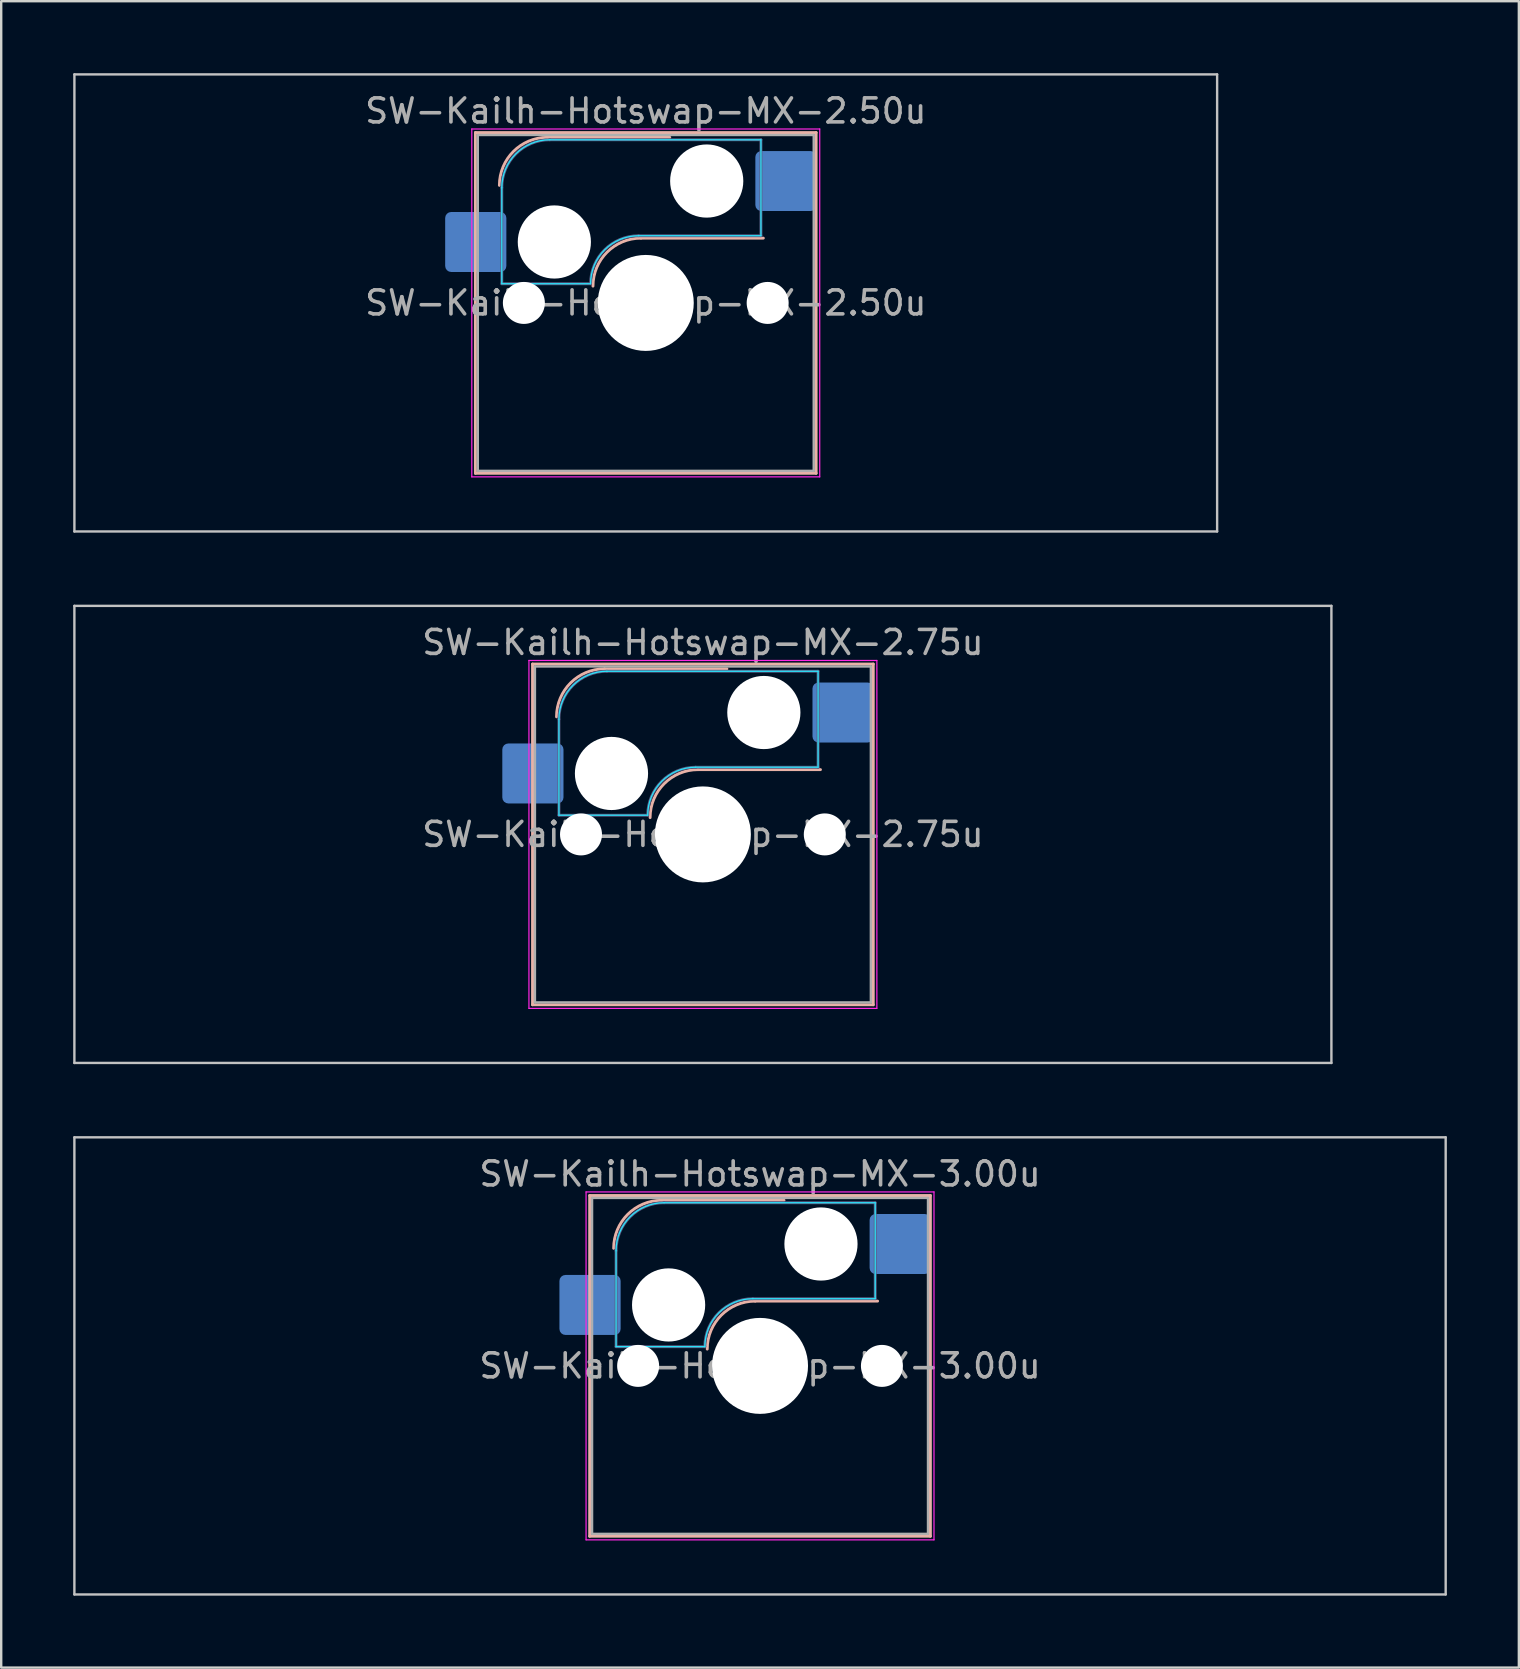
<source format=kicad_pcb>
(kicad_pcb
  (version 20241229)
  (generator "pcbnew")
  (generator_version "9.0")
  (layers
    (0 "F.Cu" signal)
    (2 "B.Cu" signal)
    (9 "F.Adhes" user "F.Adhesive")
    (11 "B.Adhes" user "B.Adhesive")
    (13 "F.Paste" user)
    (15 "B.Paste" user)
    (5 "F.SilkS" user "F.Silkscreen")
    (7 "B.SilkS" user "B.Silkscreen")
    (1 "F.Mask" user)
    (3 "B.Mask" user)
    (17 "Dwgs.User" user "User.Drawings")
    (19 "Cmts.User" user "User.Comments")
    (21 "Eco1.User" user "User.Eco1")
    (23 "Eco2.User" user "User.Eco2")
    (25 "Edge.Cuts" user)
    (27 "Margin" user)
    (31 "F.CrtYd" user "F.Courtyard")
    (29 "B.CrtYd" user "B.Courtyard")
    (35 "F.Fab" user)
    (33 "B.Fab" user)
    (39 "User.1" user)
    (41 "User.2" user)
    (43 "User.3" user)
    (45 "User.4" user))
  (footprint "SW-Kailh-Hotswap-MX-3.00u"
    (layer "F.Cu")
    (at 28.625 53.875)
    (property "Reference" "SW-Kailh-Hotswap-MX-3.00u" (at 0 -8 0) (layer "F.Fab") (effects (font (size 1 1) (thickness 0.15))))
    (attr smd)
    (fp_line (start -7.1 -7.1) (end -7.1 7.1) (stroke (width 0.12) (type solid)) (layer "B.SilkS"))
    (fp_line (start -7.1 7.1) (end 7.1 7.1) (stroke (width 0.12) (type solid)) (layer "B.SilkS"))
    (fp_line (start -4.1 -6.9) (end 1 -6.9) (stroke (width 0.12) (type solid)) (layer "B.SilkS"))
    (fp_line (start -0.2 -2.7) (end 4.9 -2.7) (stroke (width 0.12) (type solid)) (layer "B.SilkS"))
    (fp_line (start 7.1 -7.1) (end -7.1 -7.1) (stroke (width 0.12) (type solid)) (layer "B.SilkS"))
    (fp_line (start 7.1 7.1) (end 7.1 -7.1) (stroke (width 0.12) (type solid)) (layer "B.SilkS"))
    (fp_arc (start -6.1 -4.9) (mid -5.514214 -6.314214) (end -4.1 -6.9) (stroke (width 0.12) (type solid)) (layer "B.SilkS"))
    (fp_arc (start -2.2 -0.7) (mid -1.614214 -2.114214) (end -0.2 -2.7) (stroke (width 0.12) (type solid)) (layer "B.SilkS"))
    (fp_line (start -28.575 -9.525) (end -28.575 9.525) (stroke (width 0.1) (type solid)) (layer "Dwgs.User"))
    (fp_line (start -28.575 9.525) (end 28.575 9.525) (stroke (width 0.1) (type solid)) (layer "Dwgs.User"))
    (fp_line (start 28.575 -9.525) (end -28.575 -9.525) (stroke (width 0.1) (type solid)) (layer "Dwgs.User"))
    (fp_line (start 28.575 9.525) (end 28.575 -9.525) (stroke (width 0.1) (type solid)) (layer "Dwgs.User"))
    (fp_line (start -7.8 -6) (end -7 -6) (stroke (width 0.1) (type solid)) (layer "Eco1.User"))
    (fp_line (start -7.8 -2.9) (end -7.8 -6) (stroke (width 0.1) (type solid)) (layer "Eco1.User"))
    (fp_line (start -7.8 2.9) (end -7 2.9) (stroke (width 0.1) (type solid)) (layer "Eco1.User"))
    (fp_line (start -7.8 6) (end -7.8 2.9) (stroke (width 0.1) (type solid)) (layer "Eco1.User"))
    (fp_line (start -7 -7) (end 7 -7) (stroke (width 0.1) (type solid)) (layer "Eco1.User"))
    (fp_line (start -7 -6) (end -7 -7) (stroke (width 0.1) (type solid)) (layer "Eco1.User"))
    (fp_line (start -7 -2.9) (end -7.8 -2.9) (stroke (width 0.1) (type solid)) (layer "Eco1.User"))
    (fp_line (start -7 2.9) (end -7 -2.9) (stroke (width 0.1) (type solid)) (layer "Eco1.User"))
    (fp_line (start -7 6) (end -7.8 6) (stroke (width 0.1) (type solid)) (layer "Eco1.User"))
    (fp_line (start -7 7) (end -7 6) (stroke (width 0.1) (type solid)) (layer "Eco1.User"))
    (fp_line (start 7 -7) (end 7 -6) (stroke (width 0.1) (type solid)) (layer "Eco1.User"))
    (fp_line (start 7 -6) (end 7.8 -6) (stroke (width 0.1) (type solid)) (layer "Eco1.User"))
    (fp_line (start 7 -2.9) (end 7 2.9) (stroke (width 0.1) (type solid)) (layer "Eco1.User"))
    (fp_line (start 7 2.9) (end 7.8 2.9) (stroke (width 0.1) (type solid)) (layer "Eco1.User"))
    (fp_line (start 7 6) (end 7 7) (stroke (width 0.1) (type solid)) (layer "Eco1.User"))
    (fp_line (start 7 7) (end -7 7) (stroke (width 0.1) (type solid)) (layer "Eco1.User"))
    (fp_line (start 7.8 -6) (end 7.8 -2.9) (stroke (width 0.1) (type solid)) (layer "Eco1.User"))
    (fp_line (start 7.8 -2.9) (end 7 -2.9) (stroke (width 0.1) (type solid)) (layer "Eco1.User"))
    (fp_line (start 7.8 2.9) (end 7.8 6) (stroke (width 0.1) (type solid)) (layer "Eco1.User"))
    (fp_line (start 7.8 6) (end 7 6) (stroke (width 0.1) (type solid)) (layer "Eco1.User"))
    (fp_line (start -6 -0.8) (end -6 -4.8) (stroke (width 0.05) (type solid)) (layer "B.CrtYd"))
    (fp_line (start -6 -0.8) (end -2.3 -0.8) (stroke (width 0.05) (type solid)) (layer "B.CrtYd"))
    (fp_line (start -4 -6.8) (end 4.8 -6.8) (stroke (width 0.05) (type solid)) (layer "B.CrtYd"))
    (fp_line (start -0.3 -2.8) (end 4.8 -2.8) (stroke (width 0.05) (type solid)) (layer "B.CrtYd"))
    (fp_line (start 4.8 -6.8) (end 4.8 -2.8) (stroke (width 0.05) (type solid)) (layer "B.CrtYd"))
    (fp_arc (start -6 -4.8) (mid -5.414214 -6.214214) (end -4 -6.8) (stroke (width 0.05) (type solid)) (layer "B.CrtYd"))
    (fp_arc (start -2.3 -0.8) (mid -1.714214 -2.214214) (end -0.3 -2.8) (stroke (width 0.05) (type solid)) (layer "B.CrtYd"))
    (fp_line (start -7.25 -7.25) (end -7.25 7.25) (stroke (width 0.05) (type solid)) (layer "F.CrtYd"))
    (fp_line (start -7.25 7.25) (end 7.25 7.25) (stroke (width 0.05) (type solid)) (layer "F.CrtYd"))
    (fp_line (start 7.25 -7.25) (end -7.25 -7.25) (stroke (width 0.05) (type solid)) (layer "F.CrtYd"))
    (fp_line (start 7.25 7.25) (end 7.25 -7.25) (stroke (width 0.05) (type solid)) (layer "F.CrtYd"))
    (fp_line (start -6 -0.8) (end -6 -4.8) (stroke (width 0.12) (type solid)) (layer "B.Fab"))
    (fp_line (start -6 -0.8) (end -2.3 -0.8) (stroke (width 0.12) (type solid)) (layer "B.Fab"))
    (fp_line (start -4 -6.8) (end 4.8 -6.8) (stroke (width 0.12) (type solid)) (layer "B.Fab"))
    (fp_line (start -0.3 -2.8) (end 4.8 -2.8) (stroke (width 0.12) (type solid)) (layer "B.Fab"))
    (fp_line (start 4.8 -6.8) (end 4.8 -2.8) (stroke (width 0.12) (type solid)) (layer "B.Fab"))
    (fp_arc (start -6 -4.8) (mid -5.414214 -6.214214) (end -4 -6.8) (stroke (width 0.12) (type solid)) (layer "B.Fab"))
    (fp_arc (start -2.3 -0.8) (mid -1.714214 -2.214214) (end -0.3 -2.8) (stroke (width 0.12) (type solid)) (layer "B.Fab"))
    (fp_line (start -7 -7) (end -7 7) (stroke (width 0.1) (type solid)) (layer "F.Fab"))
    (fp_line (start -7 7) (end 7 7) (stroke (width 0.1) (type solid)) (layer "F.Fab"))
    (fp_line (start 7 -7) (end -7 -7) (stroke (width 0.1) (type solid)) (layer "F.Fab"))
    (fp_line (start 7 7) (end 7 -7) (stroke (width 0.1) (type solid)) (layer "F.Fab"))
    (fp_text user "${REFERENCE}" (at 0 0 0) (layer "F.Fab") (effects (font (size 1 1) (thickness 0.15))))
    (pad "" np_thru_hole circle (at -5.08 0) (size 1.75 1.75) (drill 1.75) (layers "*.Cu" "*.Mask"))
    (pad "" np_thru_hole circle (at -3.81 -2.54) (size 3.05 3.05) (drill 3.05) (layers "*.Cu" "*.Mask"))
    (pad "" np_thru_hole circle (at 0 0) (size 4 4) (drill 4) (layers "*.Cu" "*.Mask"))
    (pad "" np_thru_hole circle (at 2.54 -5.08) (size 3.05 3.05) (drill 3.05) (layers "*.Cu" "*.Mask"))
    (pad "" np_thru_hole circle (at 5.08 0) (size 1.75 1.75) (drill 1.75) (layers "*.Cu" "*.Mask"))
    (pad "1" smd roundrect (at -7.085 -2.54) (size 2.55 2.5) (layers "B.Cu" "B.Mask" "B.Paste") (roundrect_rratio 0.1))
    (pad "2" smd roundrect (at 5.842 -5.08) (size 2.55 2.5) (layers "B.Cu" "B.Mask" "B.Paste") (roundrect_rratio 0.1)))
  (footprint "SW-Kailh-Hotswap-MX-2.50u"
    (layer "F.Cu")
    (at 23.863 9.575)
    (property "Reference" "SW-Kailh-Hotswap-MX-2.50u" (at 0 -8 0) (layer "F.Fab") (effects (font (size 1 1) (thickness 0.15))))
    (attr smd)
    (fp_line (start -7.1 -7.1) (end -7.1 7.1) (stroke (width 0.12) (type solid)) (layer "B.SilkS"))
    (fp_line (start -7.1 7.1) (end 7.1 7.1) (stroke (width 0.12) (type solid)) (layer "B.SilkS"))
    (fp_line (start -4.1 -6.9) (end 1 -6.9) (stroke (width 0.12) (type solid)) (layer "B.SilkS"))
    (fp_line (start -0.2 -2.7) (end 4.9 -2.7) (stroke (width 0.12) (type solid)) (layer "B.SilkS"))
    (fp_line (start 7.1 -7.1) (end -7.1 -7.1) (stroke (width 0.12) (type solid)) (layer "B.SilkS"))
    (fp_line (start 7.1 7.1) (end 7.1 -7.1) (stroke (width 0.12) (type solid)) (layer "B.SilkS"))
    (fp_arc (start -6.1 -4.9) (mid -5.514214 -6.314214) (end -4.1 -6.9) (stroke (width 0.12) (type solid)) (layer "B.SilkS"))
    (fp_arc (start -2.2 -0.7) (mid -1.614214 -2.114214) (end -0.2 -2.7) (stroke (width 0.12) (type solid)) (layer "B.SilkS"))
    (fp_line (start -23.812 -9.525) (end -23.812 9.525) (stroke (width 0.1) (type solid)) (layer "Dwgs.User"))
    (fp_line (start -23.812 9.525) (end 23.812 9.525) (stroke (width 0.1) (type solid)) (layer "Dwgs.User"))
    (fp_line (start 23.812 -9.525) (end -23.812 -9.525) (stroke (width 0.1) (type solid)) (layer "Dwgs.User"))
    (fp_line (start 23.812 9.525) (end 23.812 -9.525) (stroke (width 0.1) (type solid)) (layer "Dwgs.User"))
    (fp_line (start -7.8 -6) (end -7 -6) (stroke (width 0.1) (type solid)) (layer "Eco1.User"))
    (fp_line (start -7.8 -2.9) (end -7.8 -6) (stroke (width 0.1) (type solid)) (layer "Eco1.User"))
    (fp_line (start -7.8 2.9) (end -7 2.9) (stroke (width 0.1) (type solid)) (layer "Eco1.User"))
    (fp_line (start -7.8 6) (end -7.8 2.9) (stroke (width 0.1) (type solid)) (layer "Eco1.User"))
    (fp_line (start -7 -7) (end 7 -7) (stroke (width 0.1) (type solid)) (layer "Eco1.User"))
    (fp_line (start -7 -6) (end -7 -7) (stroke (width 0.1) (type solid)) (layer "Eco1.User"))
    (fp_line (start -7 -2.9) (end -7.8 -2.9) (stroke (width 0.1) (type solid)) (layer "Eco1.User"))
    (fp_line (start -7 2.9) (end -7 -2.9) (stroke (width 0.1) (type solid)) (layer "Eco1.User"))
    (fp_line (start -7 6) (end -7.8 6) (stroke (width 0.1) (type solid)) (layer "Eco1.User"))
    (fp_line (start -7 7) (end -7 6) (stroke (width 0.1) (type solid)) (layer "Eco1.User"))
    (fp_line (start 7 -7) (end 7 -6) (stroke (width 0.1) (type solid)) (layer "Eco1.User"))
    (fp_line (start 7 -6) (end 7.8 -6) (stroke (width 0.1) (type solid)) (layer "Eco1.User"))
    (fp_line (start 7 -2.9) (end 7 2.9) (stroke (width 0.1) (type solid)) (layer "Eco1.User"))
    (fp_line (start 7 2.9) (end 7.8 2.9) (stroke (width 0.1) (type solid)) (layer "Eco1.User"))
    (fp_line (start 7 6) (end 7 7) (stroke (width 0.1) (type solid)) (layer "Eco1.User"))
    (fp_line (start 7 7) (end -7 7) (stroke (width 0.1) (type solid)) (layer "Eco1.User"))
    (fp_line (start 7.8 -6) (end 7.8 -2.9) (stroke (width 0.1) (type solid)) (layer "Eco1.User"))
    (fp_line (start 7.8 -2.9) (end 7 -2.9) (stroke (width 0.1) (type solid)) (layer "Eco1.User"))
    (fp_line (start 7.8 2.9) (end 7.8 6) (stroke (width 0.1) (type solid)) (layer "Eco1.User"))
    (fp_line (start 7.8 6) (end 7 6) (stroke (width 0.1) (type solid)) (layer "Eco1.User"))
    (fp_line (start -6 -0.8) (end -6 -4.8) (stroke (width 0.05) (type solid)) (layer "B.CrtYd"))
    (fp_line (start -6 -0.8) (end -2.3 -0.8) (stroke (width 0.05) (type solid)) (layer "B.CrtYd"))
    (fp_line (start -4 -6.8) (end 4.8 -6.8) (stroke (width 0.05) (type solid)) (layer "B.CrtYd"))
    (fp_line (start -0.3 -2.8) (end 4.8 -2.8) (stroke (width 0.05) (type solid)) (layer "B.CrtYd"))
    (fp_line (start 4.8 -6.8) (end 4.8 -2.8) (stroke (width 0.05) (type solid)) (layer "B.CrtYd"))
    (fp_arc (start -6 -4.8) (mid -5.414214 -6.214214) (end -4 -6.8) (stroke (width 0.05) (type solid)) (layer "B.CrtYd"))
    (fp_arc (start -2.3 -0.8) (mid -1.714214 -2.214214) (end -0.3 -2.8) (stroke (width 0.05) (type solid)) (layer "B.CrtYd"))
    (fp_line (start -7.25 -7.25) (end -7.25 7.25) (stroke (width 0.05) (type solid)) (layer "F.CrtYd"))
    (fp_line (start -7.25 7.25) (end 7.25 7.25) (stroke (width 0.05) (type solid)) (layer "F.CrtYd"))
    (fp_line (start 7.25 -7.25) (end -7.25 -7.25) (stroke (width 0.05) (type solid)) (layer "F.CrtYd"))
    (fp_line (start 7.25 7.25) (end 7.25 -7.25) (stroke (width 0.05) (type solid)) (layer "F.CrtYd"))
    (fp_line (start -6 -0.8) (end -6 -4.8) (stroke (width 0.12) (type solid)) (layer "B.Fab"))
    (fp_line (start -6 -0.8) (end -2.3 -0.8) (stroke (width 0.12) (type solid)) (layer "B.Fab"))
    (fp_line (start -4 -6.8) (end 4.8 -6.8) (stroke (width 0.12) (type solid)) (layer "B.Fab"))
    (fp_line (start -0.3 -2.8) (end 4.8 -2.8) (stroke (width 0.12) (type solid)) (layer "B.Fab"))
    (fp_line (start 4.8 -6.8) (end 4.8 -2.8) (stroke (width 0.12) (type solid)) (layer "B.Fab"))
    (fp_arc (start -6 -4.8) (mid -5.414214 -6.214214) (end -4 -6.8) (stroke (width 0.12) (type solid)) (layer "B.Fab"))
    (fp_arc (start -2.3 -0.8) (mid -1.714214 -2.214214) (end -0.3 -2.8) (stroke (width 0.12) (type solid)) (layer "B.Fab"))
    (fp_line (start -7 -7) (end -7 7) (stroke (width 0.1) (type solid)) (layer "F.Fab"))
    (fp_line (start -7 7) (end 7 7) (stroke (width 0.1) (type solid)) (layer "F.Fab"))
    (fp_line (start 7 -7) (end -7 -7) (stroke (width 0.1) (type solid)) (layer "F.Fab"))
    (fp_line (start 7 7) (end 7 -7) (stroke (width 0.1) (type solid)) (layer "F.Fab"))
    (fp_text user "${REFERENCE}" (at 0 0 0) (layer "F.Fab") (effects (font (size 1 1) (thickness 0.15))))
    (pad "" np_thru_hole circle (at -5.08 0) (size 1.75 1.75) (drill 1.75) (layers "*.Cu" "*.Mask"))
    (pad "" np_thru_hole circle (at -3.81 -2.54) (size 3.05 3.05) (drill 3.05) (layers "*.Cu" "*.Mask"))
    (pad "" np_thru_hole circle (at 0 0) (size 4 4) (drill 4) (layers "*.Cu" "*.Mask"))
    (pad "" np_thru_hole circle (at 2.54 -5.08) (size 3.05 3.05) (drill 3.05) (layers "*.Cu" "*.Mask"))
    (pad "" np_thru_hole circle (at 5.08 0) (size 1.75 1.75) (drill 1.75) (layers "*.Cu" "*.Mask"))
    (pad "1" smd roundrect (at -7.085 -2.54) (size 2.55 2.5) (layers "B.Cu" "B.Mask" "B.Paste") (roundrect_rratio 0.1))
    (pad "2" smd roundrect (at 5.842 -5.08) (size 2.55 2.5) (layers "B.Cu" "B.Mask" "B.Paste") (roundrect_rratio 0.1)))
  (footprint "SW-Kailh-Hotswap-MX-2.75u"
    (layer "F.Cu")
    (at 26.244 31.725)
    (property "Reference" "SW-Kailh-Hotswap-MX-2.75u" (at 0 -8 0) (layer "F.Fab") (effects (font (size 1 1) (thickness 0.15))))
    (attr smd)
    (fp_line (start -7.1 -7.1) (end -7.1 7.1) (stroke (width 0.12) (type solid)) (layer "B.SilkS"))
    (fp_line (start -7.1 7.1) (end 7.1 7.1) (stroke (width 0.12) (type solid)) (layer "B.SilkS"))
    (fp_line (start -4.1 -6.9) (end 1 -6.9) (stroke (width 0.12) (type solid)) (layer "B.SilkS"))
    (fp_line (start -0.2 -2.7) (end 4.9 -2.7) (stroke (width 0.12) (type solid)) (layer "B.SilkS"))
    (fp_line (start 7.1 -7.1) (end -7.1 -7.1) (stroke (width 0.12) (type solid)) (layer "B.SilkS"))
    (fp_line (start 7.1 7.1) (end 7.1 -7.1) (stroke (width 0.12) (type solid)) (layer "B.SilkS"))
    (fp_arc (start -6.1 -4.9) (mid -5.514214 -6.314214) (end -4.1 -6.9) (stroke (width 0.12) (type solid)) (layer "B.SilkS"))
    (fp_arc (start -2.2 -0.7) (mid -1.614214 -2.114214) (end -0.2 -2.7) (stroke (width 0.12) (type solid)) (layer "B.SilkS"))
    (fp_line (start -26.194 -9.525) (end -26.194 9.525) (stroke (width 0.1) (type solid)) (layer "Dwgs.User"))
    (fp_line (start -26.194 9.525) (end 26.194 9.525) (stroke (width 0.1) (type solid)) (layer "Dwgs.User"))
    (fp_line (start 26.194 -9.525) (end -26.194 -9.525) (stroke (width 0.1) (type solid)) (layer "Dwgs.User"))
    (fp_line (start 26.194 9.525) (end 26.194 -9.525) (stroke (width 0.1) (type solid)) (layer "Dwgs.User"))
    (fp_line (start -7.8 -6) (end -7 -6) (stroke (width 0.1) (type solid)) (layer "Eco1.User"))
    (fp_line (start -7.8 -2.9) (end -7.8 -6) (stroke (width 0.1) (type solid)) (layer "Eco1.User"))
    (fp_line (start -7.8 2.9) (end -7 2.9) (stroke (width 0.1) (type solid)) (layer "Eco1.User"))
    (fp_line (start -7.8 6) (end -7.8 2.9) (stroke (width 0.1) (type solid)) (layer "Eco1.User"))
    (fp_line (start -7 -7) (end 7 -7) (stroke (width 0.1) (type solid)) (layer "Eco1.User"))
    (fp_line (start -7 -6) (end -7 -7) (stroke (width 0.1) (type solid)) (layer "Eco1.User"))
    (fp_line (start -7 -2.9) (end -7.8 -2.9) (stroke (width 0.1) (type solid)) (layer "Eco1.User"))
    (fp_line (start -7 2.9) (end -7 -2.9) (stroke (width 0.1) (type solid)) (layer "Eco1.User"))
    (fp_line (start -7 6) (end -7.8 6) (stroke (width 0.1) (type solid)) (layer "Eco1.User"))
    (fp_line (start -7 7) (end -7 6) (stroke (width 0.1) (type solid)) (layer "Eco1.User"))
    (fp_line (start 7 -7) (end 7 -6) (stroke (width 0.1) (type solid)) (layer "Eco1.User"))
    (fp_line (start 7 -6) (end 7.8 -6) (stroke (width 0.1) (type solid)) (layer "Eco1.User"))
    (fp_line (start 7 -2.9) (end 7 2.9) (stroke (width 0.1) (type solid)) (layer "Eco1.User"))
    (fp_line (start 7 2.9) (end 7.8 2.9) (stroke (width 0.1) (type solid)) (layer "Eco1.User"))
    (fp_line (start 7 6) (end 7 7) (stroke (width 0.1) (type solid)) (layer "Eco1.User"))
    (fp_line (start 7 7) (end -7 7) (stroke (width 0.1) (type solid)) (layer "Eco1.User"))
    (fp_line (start 7.8 -6) (end 7.8 -2.9) (stroke (width 0.1) (type solid)) (layer "Eco1.User"))
    (fp_line (start 7.8 -2.9) (end 7 -2.9) (stroke (width 0.1) (type solid)) (layer "Eco1.User"))
    (fp_line (start 7.8 2.9) (end 7.8 6) (stroke (width 0.1) (type solid)) (layer "Eco1.User"))
    (fp_line (start 7.8 6) (end 7 6) (stroke (width 0.1) (type solid)) (layer "Eco1.User"))
    (fp_line (start -6 -0.8) (end -6 -4.8) (stroke (width 0.05) (type solid)) (layer "B.CrtYd"))
    (fp_line (start -6 -0.8) (end -2.3 -0.8) (stroke (width 0.05) (type solid)) (layer "B.CrtYd"))
    (fp_line (start -4 -6.8) (end 4.8 -6.8) (stroke (width 0.05) (type solid)) (layer "B.CrtYd"))
    (fp_line (start -0.3 -2.8) (end 4.8 -2.8) (stroke (width 0.05) (type solid)) (layer "B.CrtYd"))
    (fp_line (start 4.8 -6.8) (end 4.8 -2.8) (stroke (width 0.05) (type solid)) (layer "B.CrtYd"))
    (fp_arc (start -6 -4.8) (mid -5.414214 -6.214214) (end -4 -6.8) (stroke (width 0.05) (type solid)) (layer "B.CrtYd"))
    (fp_arc (start -2.3 -0.8) (mid -1.714214 -2.214214) (end -0.3 -2.8) (stroke (width 0.05) (type solid)) (layer "B.CrtYd"))
    (fp_line (start -7.25 -7.25) (end -7.25 7.25) (stroke (width 0.05) (type solid)) (layer "F.CrtYd"))
    (fp_line (start -7.25 7.25) (end 7.25 7.25) (stroke (width 0.05) (type solid)) (layer "F.CrtYd"))
    (fp_line (start 7.25 -7.25) (end -7.25 -7.25) (stroke (width 0.05) (type solid)) (layer "F.CrtYd"))
    (fp_line (start 7.25 7.25) (end 7.25 -7.25) (stroke (width 0.05) (type solid)) (layer "F.CrtYd"))
    (fp_line (start -6 -0.8) (end -6 -4.8) (stroke (width 0.12) (type solid)) (layer "B.Fab"))
    (fp_line (start -6 -0.8) (end -2.3 -0.8) (stroke (width 0.12) (type solid)) (layer "B.Fab"))
    (fp_line (start -4 -6.8) (end 4.8 -6.8) (stroke (width 0.12) (type solid)) (layer "B.Fab"))
    (fp_line (start -0.3 -2.8) (end 4.8 -2.8) (stroke (width 0.12) (type solid)) (layer "B.Fab"))
    (fp_line (start 4.8 -6.8) (end 4.8 -2.8) (stroke (width 0.12) (type solid)) (layer "B.Fab"))
    (fp_arc (start -6 -4.8) (mid -5.414214 -6.214214) (end -4 -6.8) (stroke (width 0.12) (type solid)) (layer "B.Fab"))
    (fp_arc (start -2.3 -0.8) (mid -1.714214 -2.214214) (end -0.3 -2.8) (stroke (width 0.12) (type solid)) (layer "B.Fab"))
    (fp_line (start -7 -7) (end -7 7) (stroke (width 0.1) (type solid)) (layer "F.Fab"))
    (fp_line (start -7 7) (end 7 7) (stroke (width 0.1) (type solid)) (layer "F.Fab"))
    (fp_line (start 7 -7) (end -7 -7) (stroke (width 0.1) (type solid)) (layer "F.Fab"))
    (fp_line (start 7 7) (end 7 -7) (stroke (width 0.1) (type solid)) (layer "F.Fab"))
    (fp_text user "${REFERENCE}" (at 0 0 0) (layer "F.Fab") (effects (font (size 1 1) (thickness 0.15))))
    (pad "" np_thru_hole circle (at -5.08 0) (size 1.75 1.75) (drill 1.75) (layers "*.Cu" "*.Mask"))
    (pad "" np_thru_hole circle (at -3.81 -2.54) (size 3.05 3.05) (drill 3.05) (layers "*.Cu" "*.Mask"))
    (pad "" np_thru_hole circle (at 0 0) (size 4 4) (drill 4) (layers "*.Cu" "*.Mask"))
    (pad "" np_thru_hole circle (at 2.54 -5.08) (size 3.05 3.05) (drill 3.05) (layers "*.Cu" "*.Mask"))
    (pad "" np_thru_hole circle (at 5.08 0) (size 1.75 1.75) (drill 1.75) (layers "*.Cu" "*.Mask"))
    (pad "1" smd roundrect (at -7.085 -2.54) (size 2.55 2.5) (layers "B.Cu" "B.Mask" "B.Paste") (roundrect_rratio 0.1))
    (pad "2" smd roundrect (at 5.842 -5.08) (size 2.55 2.5) (layers "B.Cu" "B.Mask" "B.Paste") (roundrect_rratio 0.1)))
  (gr_rect
    (start -3 -3)
    (end 60.25 66.45)
    (stroke (width 0.1) (type default))
    (fill no)
    (layer "Edge.Cuts")))
</source>
